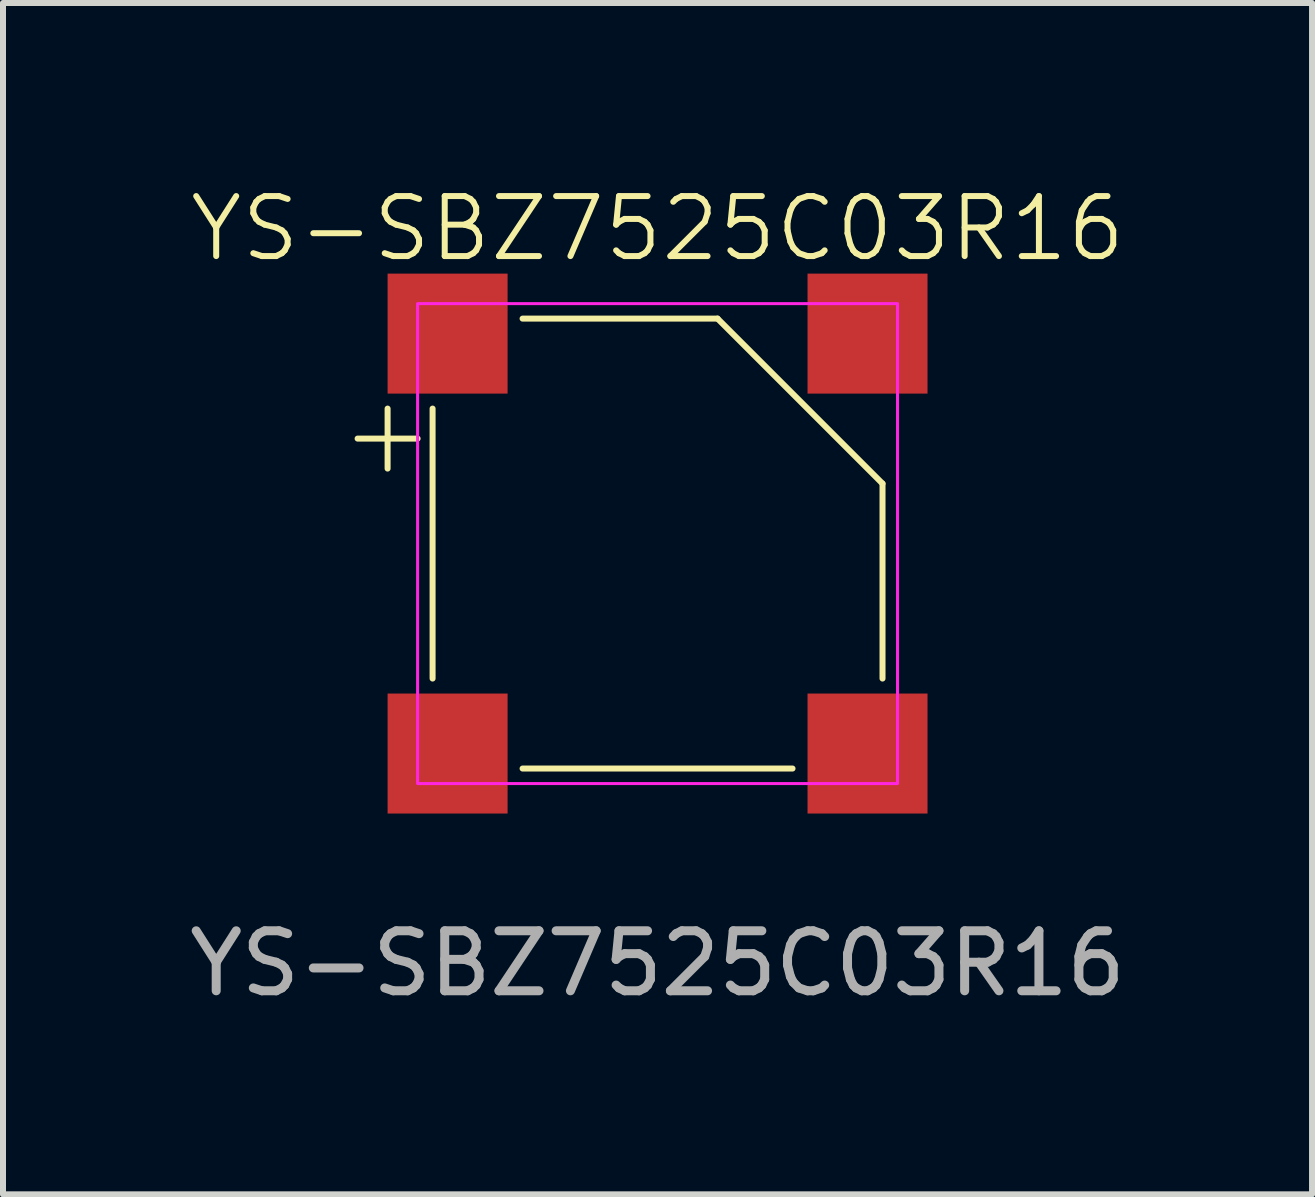
<source format=kicad_pcb>
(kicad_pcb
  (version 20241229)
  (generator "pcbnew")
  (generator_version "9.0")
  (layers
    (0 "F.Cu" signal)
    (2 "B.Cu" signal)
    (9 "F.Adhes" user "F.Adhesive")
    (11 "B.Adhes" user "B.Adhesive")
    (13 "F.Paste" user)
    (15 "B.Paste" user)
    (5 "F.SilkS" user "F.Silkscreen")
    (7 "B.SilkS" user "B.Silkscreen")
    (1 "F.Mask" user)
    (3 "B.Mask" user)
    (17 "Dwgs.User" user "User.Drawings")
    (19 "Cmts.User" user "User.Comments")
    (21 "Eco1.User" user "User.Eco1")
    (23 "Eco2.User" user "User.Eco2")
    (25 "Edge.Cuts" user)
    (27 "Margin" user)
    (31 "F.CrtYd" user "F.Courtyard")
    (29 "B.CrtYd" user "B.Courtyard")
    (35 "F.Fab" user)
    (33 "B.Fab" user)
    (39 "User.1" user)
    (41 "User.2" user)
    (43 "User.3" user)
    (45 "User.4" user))
  (footprint "YS-SBZ7525C03R16"
    (layer "F.Cu")
    (at 7.911 6.011)
    (property "Reference" "YS-SBZ7525C03R16" (at 0 -5.25 0) (unlocked yes) (layer "F.SilkS") (effects (font (size 1 1) (thickness 0.1))))
    (attr smd)
    (fp_line (start -5 -1.75) (end -4 -1.75) (stroke (width 0.1) (type default)) (layer "F.SilkS"))
    (fp_line (start -4.5 -1.25) (end -4.5 -2.25) (stroke (width 0.1) (type default)) (layer "F.SilkS"))
    (fp_line (start -3.75 -2.25) (end -3.75 2.25) (stroke (width 0.1) (type default)) (layer "F.SilkS"))
    (fp_line (start -2.25 3.75) (end 2.25 3.75) (stroke (width 0.1) (type default)) (layer "F.SilkS"))
    (fp_line (start 1 -3.75) (end -2.25 -3.75) (stroke (width 0.1) (type default)) (layer "F.SilkS"))
    (fp_line (start 3.75 -1) (end 1 -3.75) (stroke (width 0.1) (type default)) (layer "F.SilkS"))
    (fp_line (start 3.75 2.25) (end 3.75 -1) (stroke (width 0.1) (type default)) (layer "F.SilkS"))
    (fp_rect (start -4 -4) (end 4 4) (stroke (width 0.05) (type default)) (fill no) (layer "F.CrtYd"))
    (fp_text user "${REFERENCE}" (at 0 7 0) (unlocked yes) (layer "F.Fab") (effects (font (size 1 1) (thickness 0.15))))
    (pad "1" smd rect (at -3.5 -3.5) (size 2 2) (layers "F.Cu" "F.Mask" "F.Paste"))
    (pad "2" smd rect (at -3.5 3.5) (size 2 2) (layers "F.Cu" "F.Mask" "F.Paste"))
    (pad "3" smd rect (at 3.5 3.5) (size 2 2) (layers "F.Cu" "F.Mask" "F.Paste"))
    (pad "4" smd rect (at 3.5 -3.5) (size 2 2) (layers "F.Cu" "F.Mask" "F.Paste")))
  (gr_rect
    (start -3 -3)
    (end 18.821 16.859)
    (stroke (width 0.1) (type default))
    (fill no)
    (layer "Edge.Cuts")))
</source>
